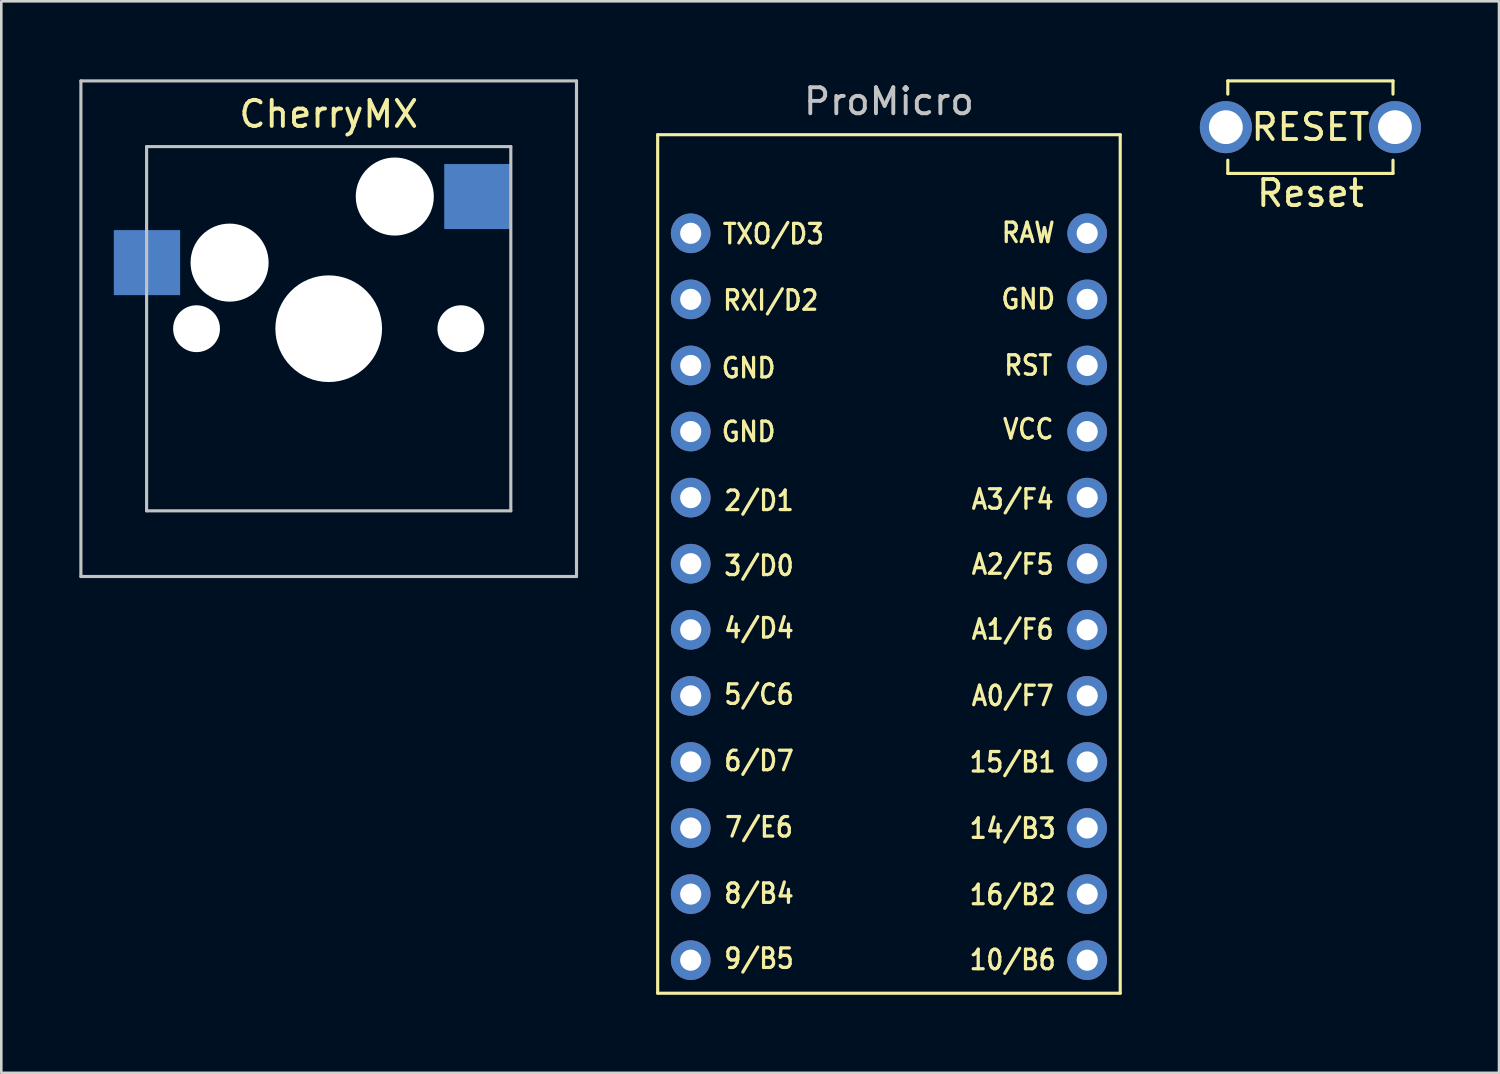
<source format=kicad_pcb>
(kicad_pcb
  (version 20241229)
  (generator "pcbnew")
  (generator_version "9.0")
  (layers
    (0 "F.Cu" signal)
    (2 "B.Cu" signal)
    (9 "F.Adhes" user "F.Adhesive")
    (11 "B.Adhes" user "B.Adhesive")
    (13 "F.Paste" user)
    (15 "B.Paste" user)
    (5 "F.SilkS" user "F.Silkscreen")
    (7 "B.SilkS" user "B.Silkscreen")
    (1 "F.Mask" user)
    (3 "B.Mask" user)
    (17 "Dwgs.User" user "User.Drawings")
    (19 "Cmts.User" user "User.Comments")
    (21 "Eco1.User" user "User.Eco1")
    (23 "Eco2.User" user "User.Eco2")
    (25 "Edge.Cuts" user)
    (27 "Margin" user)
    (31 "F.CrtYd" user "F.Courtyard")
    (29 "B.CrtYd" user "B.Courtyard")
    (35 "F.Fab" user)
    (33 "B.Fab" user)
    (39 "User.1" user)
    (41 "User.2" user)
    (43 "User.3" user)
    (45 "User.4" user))
  (footprint "ProMicro"
    (layer "F.Cu")
    (at 31.12 18.628)
    (property "Reference" "ProMicro" (at 0 -17.78 0) (layer "Dwgs.User") (effects (font (size 1 1) (thickness 0.15))))
    (attr through_hole)
    (fp_line (start -8.89 -16.5) (end 8.89 -16.5) (stroke (width 0.12) (type solid)) (layer "F.SilkS"))
    (fp_line (start -8.89 16.5) (end -8.89 -16.5) (stroke (width 0.12) (type solid)) (layer "F.SilkS"))
    (fp_line (start 8.89 -16.5) (end 8.89 16.5) (stroke (width 0.12) (type solid)) (layer "F.SilkS"))
    (fp_line (start 8.89 16.5) (end -8.89 16.5) (stroke (width 0.12) (type solid)) (layer "F.SilkS"))
    (fp_text user "10/B6" (at 4.755 15.218 0) (unlocked yes) (layer "F.SilkS") (effects (font (size 0.75 0.67) (thickness 0.125))))
    (fp_text user "TXO/D3" (at -4.445 -12.682 0) (unlocked yes) (layer "F.SilkS") (effects (font (size 0.75 0.67) (thickness 0.125))))
    (fp_text user "RST" (at 5.355 -7.632 0) (unlocked yes) (layer "F.SilkS") (effects (font (size 0.75 0.67) (thickness 0.125))))
    (fp_text user "VCC" (at 5.355 -5.182 0) (unlocked yes) (layer "F.SilkS") (effects (font (size 0.75 0.67) (thickness 0.125))))
    (fp_text user "4/D4" (at -4.995 2.468 0) (unlocked yes) (layer "F.SilkS") (effects (font (size 0.75 0.67) (thickness 0.125))))
    (fp_text user "8/B4" (at -4.995 12.668 0) (unlocked yes) (layer "F.SilkS") (effects (font (size 0.75 0.67) (thickness 0.125))))
    (fp_text user "A0/F7" (at 4.755 5.068 0) (unlocked yes) (layer "F.SilkS") (effects (font (size 0.75 0.67) (thickness 0.125))))
    (fp_text user "9/B5" (at -4.995 15.168 0) (unlocked yes) (layer "F.SilkS") (effects (font (size 0.75 0.67) (thickness 0.125))))
    (fp_text user "16/B2" (at 4.755 12.718 0) (unlocked yes) (layer "F.SilkS") (effects (font (size 0.75 0.67) (thickness 0.125))))
    (fp_text user "2/D1" (at -4.995 -2.432 0) (unlocked yes) (layer "F.SilkS") (effects (font (size 0.75 0.67) (thickness 0.125))))
    (fp_text user "5/C6" (at -4.995 5.018 0) (unlocked yes) (layer "F.SilkS") (effects (font (size 0.75 0.67) (thickness 0.125))))
    (fp_text user "GND" (at -5.395 -7.532 0) (unlocked yes) (layer "F.SilkS") (effects (font (size 0.75 0.67) (thickness 0.125))))
    (fp_text user "14/B3" (at 4.755 10.168 0) (unlocked yes) (layer "F.SilkS") (effects (font (size 0.75 0.67) (thickness 0.125))))
    (fp_text user "GND" (at 5.355 -10.182 0) (unlocked yes) (layer "F.SilkS") (effects (font (size 0.75 0.67) (thickness 0.125))))
    (fp_text user "A1/F6" (at 4.755 2.518 0) (unlocked yes) (layer "F.SilkS") (effects (font (size 0.75 0.67) (thickness 0.125))))
    (fp_text user "A3/F4" (at 4.755 -2.482 0) (unlocked yes) (layer "F.SilkS") (effects (font (size 0.75 0.67) (thickness 0.125))))
    (fp_text user "6/D7" (at -4.995 7.568 0) (unlocked yes) (layer "F.SilkS") (effects (font (size 0.75 0.67) (thickness 0.125))))
    (fp_text user "7/E6" (at -4.995 10.118 0) (unlocked yes) (layer "F.SilkS") (effects (font (size 0.75 0.67) (thickness 0.125))))
    (fp_text user "A2/F5" (at 4.755 0.018 0) (unlocked yes) (layer "F.SilkS") (effects (font (size 0.75 0.67) (thickness 0.125))))
    (fp_text user "15/B1" (at 4.755 7.618 0) (unlocked yes) (layer "F.SilkS") (effects (font (size 0.75 0.67) (thickness 0.125))))
    (fp_text user "RXI/D2" (at -4.545 -10.132 0) (unlocked yes) (layer "F.SilkS") (effects (font (size 0.75 0.67) (thickness 0.125))))
    (fp_text user "3/D0" (at -4.995 0.068 0) (unlocked yes) (layer "F.SilkS") (effects (font (size 0.75 0.67) (thickness 0.125))))
    (fp_text user "RAW" (at 5.355 -12.732 0) (unlocked yes) (layer "F.SilkS") (effects (font (size 0.75 0.67) (thickness 0.125))))
    (fp_text user "GND" (at -5.395 -5.082 0) (unlocked yes) (layer "F.SilkS") (effects (font (size 0.75 0.67) (thickness 0.125))))
    (pad "1" thru_hole circle (at -7.62 -12.71) (size 1.524 1.524) (drill 0.813) (layers "*.Cu" "*.Mask"))
    (pad "2" thru_hole circle (at -7.62 -10.17) (size 1.524 1.524) (drill 0.813) (layers "*.Cu" "*.Mask"))
    (pad "3" thru_hole circle (at -7.62 -7.63) (size 1.524 1.524) (drill 0.813) (layers "*.Cu" "*.Mask"))
    (pad "4" thru_hole circle (at -7.62 -5.09) (size 1.524 1.524) (drill 0.813) (layers "*.Cu" "*.Mask"))
    (pad "5" thru_hole circle (at -7.62 -2.55) (size 1.524 1.524) (drill 0.813) (layers "*.Cu" "*.Mask"))
    (pad "6" thru_hole circle (at -7.62 -0.01) (size 1.524 1.524) (drill 0.813) (layers "*.Cu" "*.Mask"))
    (pad "7" thru_hole circle (at -7.62 2.53) (size 1.524 1.524) (drill 0.813) (layers "*.Cu" "*.Mask"))
    (pad "8" thru_hole circle (at -7.62 5.07) (size 1.524 1.524) (drill 0.813) (layers "*.Cu" "*.Mask"))
    (pad "9" thru_hole circle (at -7.62 7.61) (size 1.524 1.524) (drill 0.813) (layers "*.Cu" "*.Mask"))
    (pad "10" thru_hole circle (at -7.62 10.15) (size 1.524 1.524) (drill 0.813) (layers "*.Cu" "*.Mask"))
    (pad "11" thru_hole circle (at -7.62 12.69) (size 1.524 1.524) (drill 0.813) (layers "*.Cu" "*.Mask"))
    (pad "12" thru_hole circle (at -7.62 15.23) (size 1.524 1.524) (drill 0.813) (layers "*.Cu" "*.Mask"))
    (pad "13" thru_hole circle (at 7.62 15.23) (size 1.524 1.524) (drill 0.813) (layers "*.Cu" "*.Mask"))
    (pad "14" thru_hole circle (at 7.62 12.69) (size 1.524 1.524) (drill 0.813) (layers "*.Cu" "*.Mask"))
    (pad "15" thru_hole circle (at 7.62 10.15) (size 1.524 1.524) (drill 0.813) (layers "*.Cu" "*.Mask"))
    (pad "16" thru_hole circle (at 7.62 7.61) (size 1.524 1.524) (drill 0.813) (layers "*.Cu" "*.Mask"))
    (pad "17" thru_hole circle (at 7.62 5.07) (size 1.524 1.524) (drill 0.813) (layers "*.Cu" "*.Mask"))
    (pad "18" thru_hole circle (at 7.62 2.53) (size 1.524 1.524) (drill 0.813) (layers "*.Cu" "*.Mask"))
    (pad "19" thru_hole circle (at 7.62 -0.01) (size 1.524 1.524) (drill 0.813) (layers "*.Cu" "*.Mask"))
    (pad "20" thru_hole circle (at 7.62 -2.55) (size 1.524 1.524) (drill 0.813) (layers "*.Cu" "*.Mask"))
    (pad "21" thru_hole circle (at 7.62 -5.09) (size 1.524 1.524) (drill 0.813) (layers "*.Cu" "*.Mask"))
    (pad "22" thru_hole circle (at 7.62 -7.63) (size 1.524 1.524) (drill 0.813) (layers "*.Cu" "*.Mask"))
    (pad "23" thru_hole circle (at 7.62 -10.17) (size 1.524 1.524) (drill 0.813) (layers "*.Cu" "*.Mask"))
    (pad "24" thru_hole circle (at 7.62 -12.71) (size 1.524 1.524) (drill 0.813) (layers "*.Cu" "*.Mask")))
  (footprint "CherryMX"
    (layer "F.Cu")
    (at 9.585 9.585)
    (property "Reference" "CherryMX" (at 0 -8.25 0) (layer "F.SilkS") (effects (font (size 1 1) (thickness 0.15))))
    (attr through_hole)
    (fp_line (start -9.525 -9.525) (end 9.525 -9.525) (stroke (width 0.12) (type solid)) (layer "Dwgs.User"))
    (fp_line (start -9.525 9.525) (end -9.525 -9.525) (stroke (width 0.12) (type solid)) (layer "Dwgs.User"))
    (fp_line (start -7 -7) (end 7 -7) (stroke (width 0.12) (type solid)) (layer "Dwgs.User"))
    (fp_line (start -7 7) (end -7 -7) (stroke (width 0.12) (type solid)) (layer "Dwgs.User"))
    (fp_line (start 7 -7) (end 7 7) (stroke (width 0.12) (type solid)) (layer "Dwgs.User"))
    (fp_line (start 7 7) (end -7 7) (stroke (width 0.12) (type solid)) (layer "Dwgs.User"))
    (fp_line (start 9.525 -9.525) (end 9.525 9.525) (stroke (width 0.12) (type solid)) (layer "Dwgs.User"))
    (fp_line (start 9.525 9.525) (end -9.525 9.525) (stroke (width 0.12) (type solid)) (layer "Dwgs.User"))
    (pad "" np_thru_hole circle (at -5.08 0) (size 1.8 1.8) (drill 1.8) (layers "*.Cu" "*.Mask"))
    (pad "" np_thru_hole circle (at -3.81 -2.54) (size 3 3) (drill 3) (layers "*.Cu" "*.Mask"))
    (pad "" np_thru_hole circle (at 0 0) (size 4.1 4.1) (drill 4.1) (layers "*.Cu" "*.Mask"))
    (pad "" np_thru_hole circle (at 2.54 -5.08) (size 3 3) (drill 3) (layers "*.Cu" "*.Mask"))
    (pad "" np_thru_hole circle (at 5.08 0) (size 1.8 1.8) (drill 1.8) (layers "*.Cu" "*.Mask"))
    (pad "1" smd rect (at -6.985 -2.54) (size 2.55 2.5) (layers "B.Cu" "B.Mask" "B.Paste"))
    (pad "2" smd rect (at 5.715 -5.08) (size 2.55 2.5) (layers "B.Cu" "B.Mask" "B.Paste")))
  (footprint "Reset"
    (layer "F.Cu")
    (at 47.32 1.838)
    (property "Reference" "Reset" (at 0 2.54 0) (layer "F.SilkS") (effects (font (size 1 1) (thickness 0.15))))
    (attr through_hole)
    (fp_line (start -3.175 -1.778) (end 3.175 -1.778) (stroke (width 0.12) (type solid)) (layer "F.SilkS"))
    (fp_line (start -3.175 -1.27) (end -3.175 -1.778) (stroke (width 0.12) (type solid)) (layer "F.SilkS"))
    (fp_line (start -3.175 1.27) (end -3.175 1.778) (stroke (width 0.12) (type solid)) (layer "F.SilkS"))
    (fp_line (start -3.175 1.778) (end 3.175 1.778) (stroke (width 0.12) (type solid)) (layer "F.SilkS"))
    (fp_line (start 3.175 -1.778) (end 3.175 -1.27) (stroke (width 0.12) (type solid)) (layer "F.SilkS"))
    (fp_line (start 3.175 1.778) (end 3.175 1.27) (stroke (width 0.12) (type solid)) (layer "F.SilkS"))
    (fp_text user "RESET" (at 0 0 0) (layer "F.SilkS") (effects (font (size 1 1) (thickness 0.15))))
    (pad "1" thru_hole circle (at -3.25 0) (size 2 2) (drill 1.3) (layers "*.Cu" "*.Mask"))
    (pad "2" thru_hole circle (at 3.25 0) (size 2 2) (drill 1.3) (layers "*.Cu" "*.Mask")))
  (gr_rect
    (start -3 -3)
    (end 54.57 38.188)
    (stroke (width 0.1) (type default))
    (fill no)
    (layer "Edge.Cuts")))
</source>
